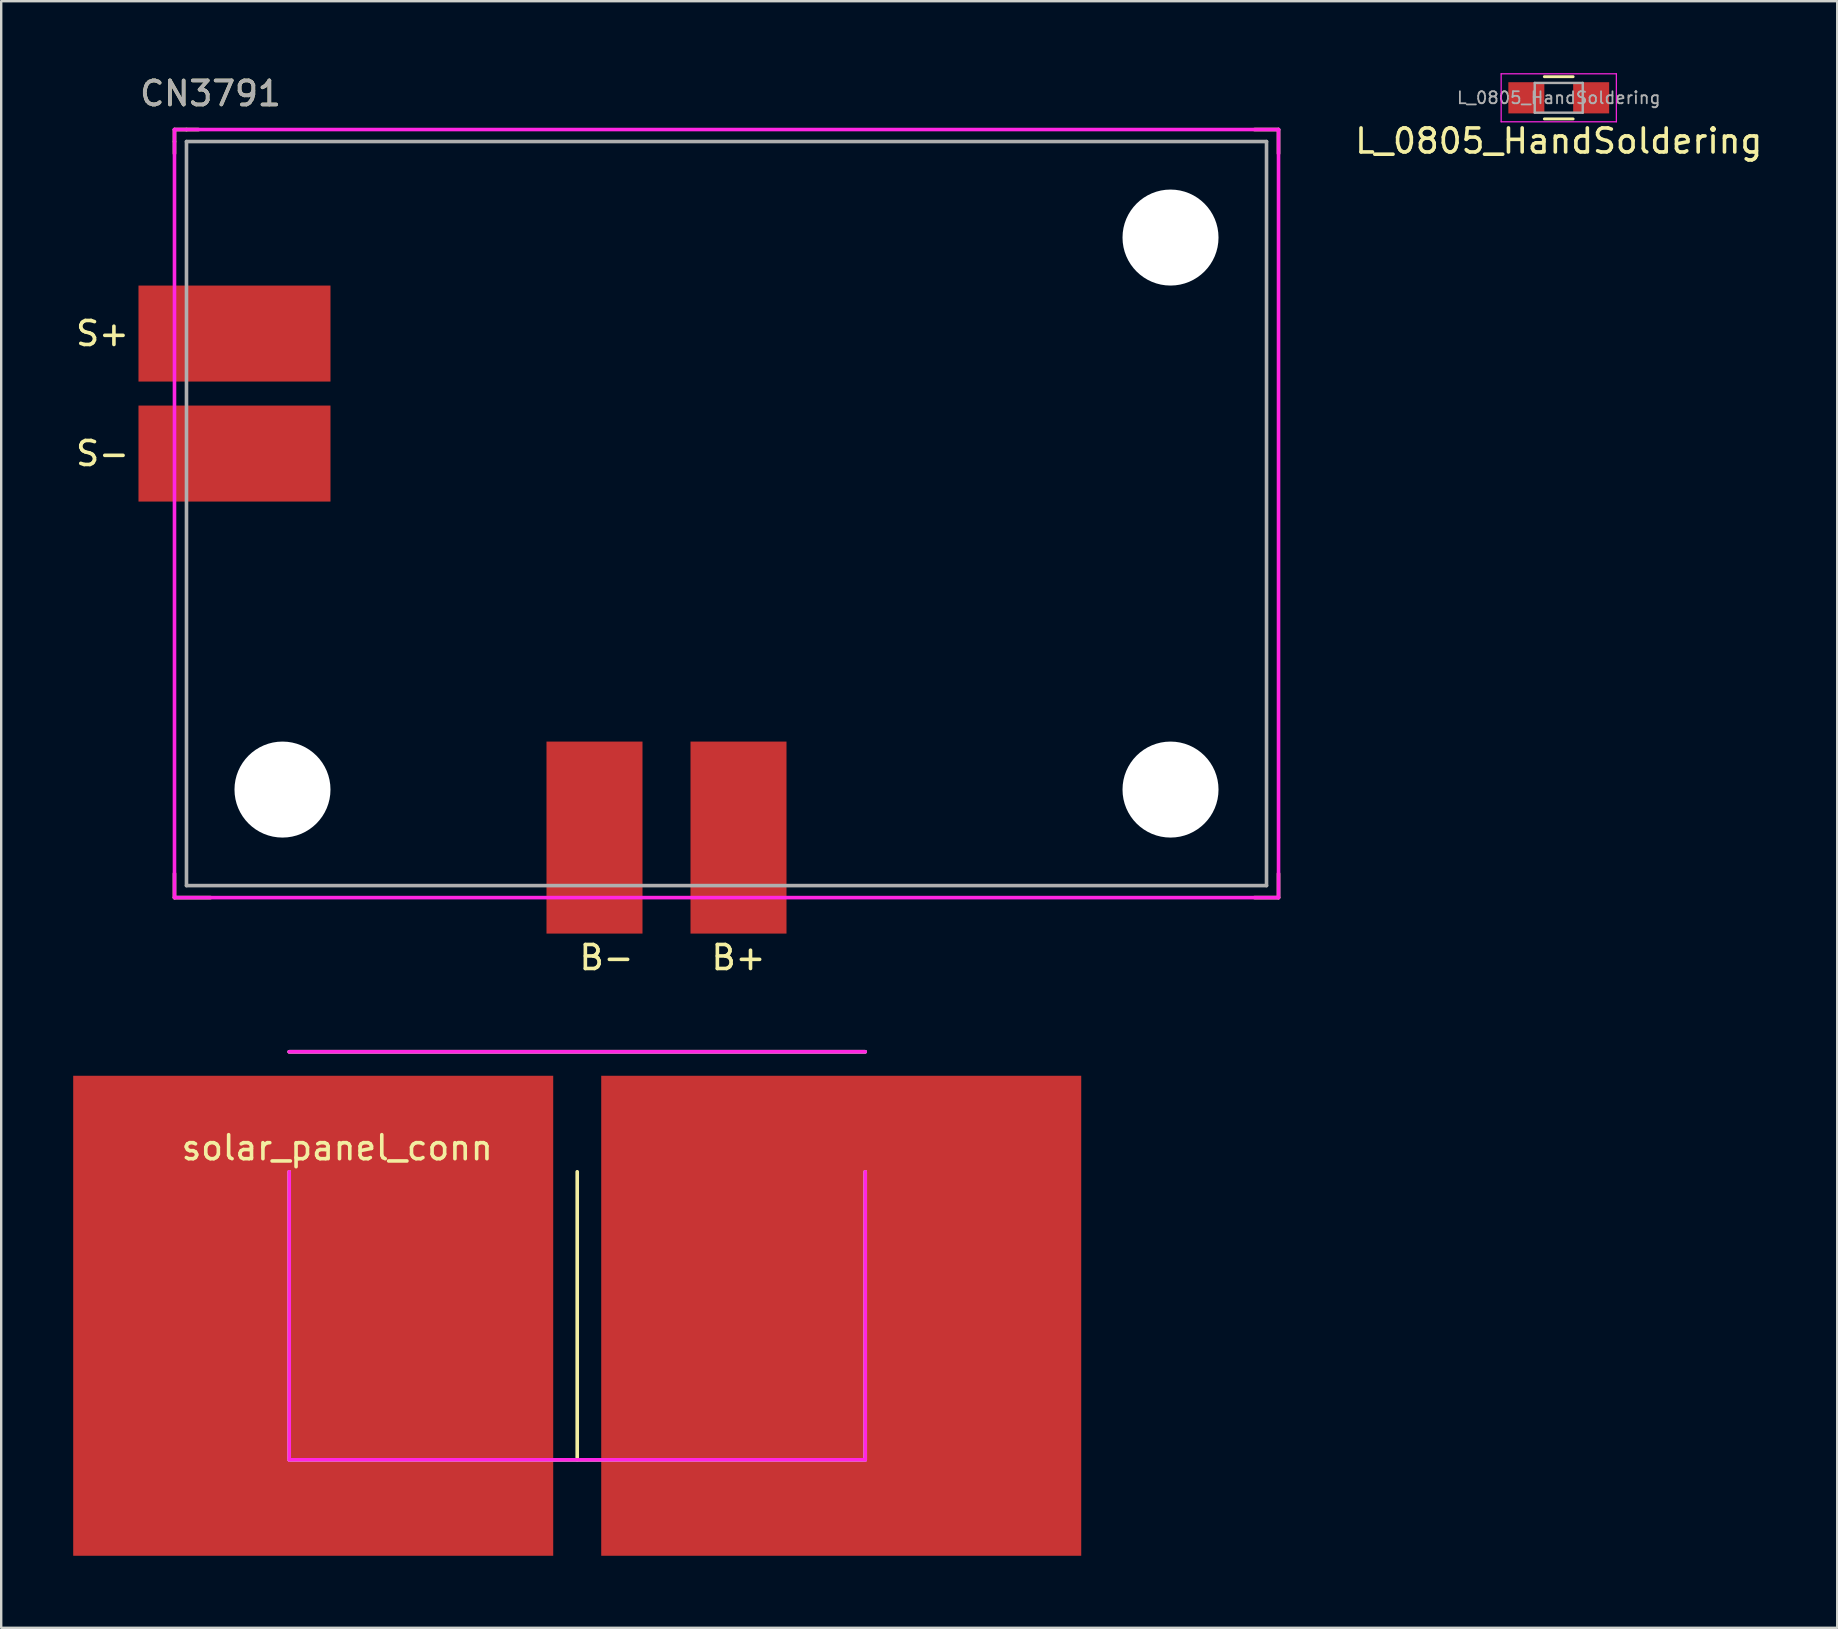
<source format=kicad_pcb>
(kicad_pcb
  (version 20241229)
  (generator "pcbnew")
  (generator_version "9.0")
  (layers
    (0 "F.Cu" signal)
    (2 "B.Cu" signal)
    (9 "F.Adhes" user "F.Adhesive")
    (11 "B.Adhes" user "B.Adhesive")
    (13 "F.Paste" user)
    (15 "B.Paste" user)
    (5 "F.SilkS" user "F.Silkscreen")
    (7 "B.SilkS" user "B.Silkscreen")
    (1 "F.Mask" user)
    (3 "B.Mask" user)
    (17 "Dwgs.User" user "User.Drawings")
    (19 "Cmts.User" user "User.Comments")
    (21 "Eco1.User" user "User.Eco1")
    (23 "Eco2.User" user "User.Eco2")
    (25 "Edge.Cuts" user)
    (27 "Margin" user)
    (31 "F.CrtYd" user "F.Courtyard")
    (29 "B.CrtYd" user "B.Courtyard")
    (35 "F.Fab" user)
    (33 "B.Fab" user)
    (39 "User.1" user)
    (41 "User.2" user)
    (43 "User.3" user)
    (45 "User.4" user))
  (footprint "L_0805_HandSoldering"
    (layer "F.Cu")
    (at 61.896 1.025)
    (property "Reference" "L_0805_HandSoldering" (at 0 1.8 0) (layer "F.SilkS") (effects (font (size 1 1) (thickness 0.15))))
    (attr smd)
    (fp_line (start -0.6 -0.88) (end 0.6 -0.88) (stroke (width 0.12) (type solid)) (layer "F.SilkS"))
    (fp_line (start 0.6 0.88) (end -0.6 0.88) (stroke (width 0.12) (type solid)) (layer "F.SilkS"))
    (fp_line (start -2.4 -1) (end -2.4 1) (stroke (width 0.05) (type solid)) (layer "F.CrtYd"))
    (fp_line (start -2.4 -1) (end 2.4 -1) (stroke (width 0.05) (type solid)) (layer "F.CrtYd"))
    (fp_line (start -2.4 1) (end 2.4 1) (stroke (width 0.05) (type solid)) (layer "F.CrtYd"))
    (fp_line (start 2.4 -1) (end 2.4 1) (stroke (width 0.05) (type solid)) (layer "F.CrtYd"))
    (fp_line (start -1 -0.62) (end 1 -0.62) (stroke (width 0.1) (type solid)) (layer "F.Fab"))
    (fp_line (start -1 0.62) (end -1 -0.62) (stroke (width 0.1) (type solid)) (layer "F.Fab"))
    (fp_line (start 1 -0.62) (end 1 0.62) (stroke (width 0.1) (type solid)) (layer "F.Fab"))
    (fp_line (start 1 0.62) (end -1 0.62) (stroke (width 0.1) (type solid)) (layer "F.Fab"))
    (fp_text user "${REFERENCE}" (at 0 0 0) (layer "F.Fab") (effects (font (size 0.5 0.5) (thickness 0.075))))
    (pad "1" smd rect (at -1.35 0) (size 1.5 1.3) (layers "F.Cu" "F.Mask"))
    (pad "2" smd rect (at 1.35 0) (size 1.5 1.3) (layers "F.Cu" "F.Mask")))
  (footprint "solar_panel_conn"
    (layer "F.Cu")
    (at 21 51.772)
    (property "Reference" "solar_panel_conn" (at -10 -7 0) (layer "F.SilkS") (effects (font (size 1 1) (thickness 0.15))))
    (attr through_hole)
    (fp_line (start -12 -6) (end -12 6) (stroke (width 0.15) (type solid)) (layer "F.SilkS"))
    (fp_line (start -12 6) (end 12 6) (stroke (width 0.15) (type solid)) (layer "F.SilkS"))
    (fp_line (start 0 -6) (end 0 6) (stroke (width 0.15) (type solid)) (layer "F.SilkS"))
    (fp_line (start 12 -11) (end -12 -11) (stroke (width 0.15) (type solid)) (layer "F.SilkS"))
    (fp_line (start 12 6) (end 12 -6) (stroke (width 0.15) (type solid)) (layer "F.SilkS"))
    (fp_line (start -12 -6) (end -12 6) (stroke (width 0.15) (type solid)) (layer "F.CrtYd"))
    (fp_line (start -12 6) (end 12 6) (stroke (width 0.15) (type solid)) (layer "F.CrtYd"))
    (fp_line (start 12 -11) (end -12 -11) (stroke (width 0.15) (type solid)) (layer "F.CrtYd"))
    (fp_line (start 12 6) (end 12 -6) (stroke (width 0.15) (type solid)) (layer "F.CrtYd"))
    (fp_line (start -12 -6) (end -12 6) (stroke (width 0.15) (type solid)) (layer "F.Fab"))
    (fp_line (start -12 6) (end 12 6) (stroke (width 0.15) (type solid)) (layer "F.Fab"))
    (fp_line (start 12 -11) (end -12 -11) (stroke (width 0.15) (type solid)) (layer "F.Fab"))
    (fp_line (start 12 6) (end 12 -6) (stroke (width 0.15) (type solid)) (layer "F.Fab"))
    (pad "1" smd rect (at -11 0) (size 20 20) (layers "F.Cu" "F.Mask" "F.Paste"))
    (pad "2" smd rect (at 11 0) (size 20 20) (layers "F.Cu" "F.Mask" "F.Paste")))
  (footprint "CN3791"
    (layer "F.Cu")
    (at 4.72 33.848)
    (property "Reference" "CN3791" (at 1 -33 0) (layer "F.SilkS") (effects (font (size 1 1) (thickness 0.15))))
    (attr smd)
    (fp_line (start -0.5 -31.5) (end 0 -31.5) (stroke (width 0.15) (type solid)) (layer "F.SilkS"))
    (fp_line (start -0.5 -31) (end -0.5 -31.5) (stroke (width 0.15) (type solid)) (layer "F.SilkS"))
    (fp_line (start -0.5 -31) (end -0.5 -30.5) (stroke (width 0.15) (type solid)) (layer "F.SilkS"))
    (fp_line (start -0.5 -0.5) (end -0.5 0.5) (stroke (width 0.15) (type solid)) (layer "F.SilkS"))
    (fp_line (start -0.5 0.5) (end 1 0.5) (stroke (width 0.15) (type solid)) (layer "F.SilkS"))
    (fp_line (start 0 -31.5) (end 0.5 -31.5) (stroke (width 0.15) (type solid)) (layer "F.SilkS"))
    (fp_line (start 44.5 -31.5) (end 45.5 -31.5) (stroke (width 0.15) (type solid)) (layer "F.SilkS"))
    (fp_line (start 45.5 -31.5) (end 45.5 -30.5) (stroke (width 0.15) (type solid)) (layer "F.SilkS"))
    (fp_line (start 45.5 -0.5) (end 45.5 0.5) (stroke (width 0.15) (type solid)) (layer "F.SilkS"))
    (fp_line (start 45.5 0.5) (end 44.5 0.5) (stroke (width 0.15) (type solid)) (layer "F.SilkS"))
    (fp_line (start -0.5 -31.5) (end 45.5 -31.5) (stroke (width 0.15) (type solid)) (layer "F.CrtYd"))
    (fp_line (start -0.5 0.5) (end -0.5 -31.5) (stroke (width 0.15) (type solid)) (layer "F.CrtYd"))
    (fp_line (start 45.5 -31.5) (end 45.5 0.5) (stroke (width 0.15) (type solid)) (layer "F.CrtYd"))
    (fp_line (start 45.5 0.5) (end -0.5 0.5) (stroke (width 0.15) (type solid)) (layer "F.CrtYd"))
    (fp_line (start 0 -31) (end 45 -31) (stroke (width 0.15) (type solid)) (layer "F.Fab"))
    (fp_line (start 0 0) (end 0 -31) (stroke (width 0.15) (type solid)) (layer "F.Fab"))
    (fp_line (start 45 -31) (end 45 0) (stroke (width 0.15) (type solid)) (layer "F.Fab"))
    (fp_line (start 45 0) (end 0 0) (stroke (width 0.15) (type solid)) (layer "F.Fab"))
    (fp_text user "B+" (at 23 3 0) (layer "F.SilkS") (effects (font (size 1 1) (thickness 0.15))))
    (fp_text user "B-" (at 17.5 3 0) (layer "F.SilkS") (effects (font (size 1 1) (thickness 0.15))))
    (fp_text user "S-" (at -3.5 -18 0) (layer "F.SilkS") (effects (font (size 1 1) (thickness 0.15))))
    (fp_text user "S+" (at -3.5 -23 0) (layer "F.SilkS") (effects (font (size 1 1) (thickness 0.15))))
    (fp_text user "${REFERENCE}" (at 1 -33 0) (layer "F.Fab") (effects (font (size 1 1) (thickness 0.15))))
    (pad "" np_thru_hole circle (at 4 -4) (size 4 4) (drill 4) (layers "*.Cu" "*.Mask"))
    (pad "" np_thru_hole circle (at 41 -27) (size 4 4) (drill 4) (layers "*.Cu" "*.Mask"))
    (pad "" np_thru_hole circle (at 41 -4) (size 4 4) (drill 4) (layers "*.Cu" "*.Mask"))
    (pad "1" smd rect (at 2 -23 90) (size 4 8) (layers "F.Cu" "F.Mask" "F.Paste"))
    (pad "2" smd rect (at 2 -18 90) (size 4 8) (layers "F.Cu" "F.Mask" "F.Paste"))
    (pad "3" smd rect (at 23 -2) (size 4 8) (layers "F.Cu" "F.Mask" "F.Paste"))
    (pad "4" smd rect (at 17 -2 180) (size 4 8) (layers "F.Cu" "F.Mask" "F.Paste")))
  (gr_rect
    (start -3 -3)
    (end 73.498 64.772)
    (stroke (width 0.1) (type default))
    (fill no)
    (layer "Edge.Cuts")))
</source>
